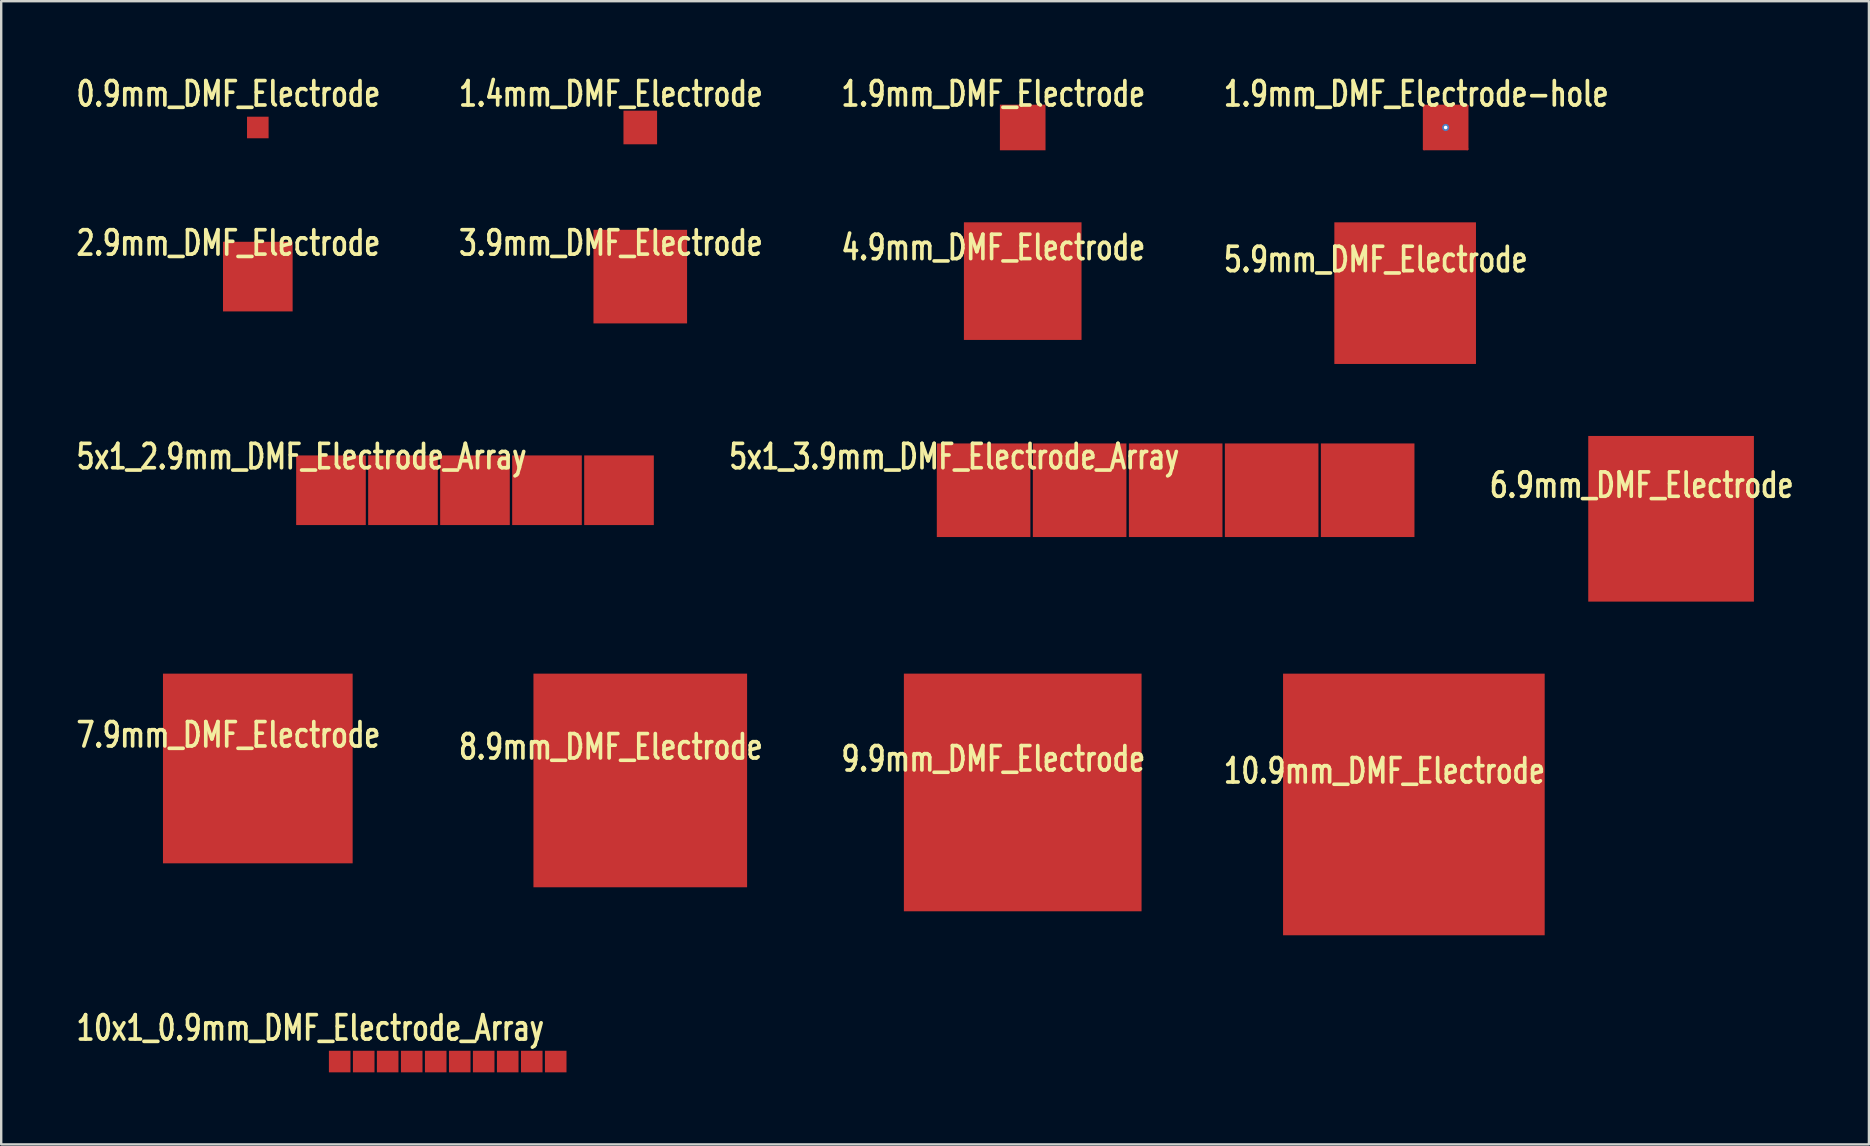
<source format=kicad_pcb>
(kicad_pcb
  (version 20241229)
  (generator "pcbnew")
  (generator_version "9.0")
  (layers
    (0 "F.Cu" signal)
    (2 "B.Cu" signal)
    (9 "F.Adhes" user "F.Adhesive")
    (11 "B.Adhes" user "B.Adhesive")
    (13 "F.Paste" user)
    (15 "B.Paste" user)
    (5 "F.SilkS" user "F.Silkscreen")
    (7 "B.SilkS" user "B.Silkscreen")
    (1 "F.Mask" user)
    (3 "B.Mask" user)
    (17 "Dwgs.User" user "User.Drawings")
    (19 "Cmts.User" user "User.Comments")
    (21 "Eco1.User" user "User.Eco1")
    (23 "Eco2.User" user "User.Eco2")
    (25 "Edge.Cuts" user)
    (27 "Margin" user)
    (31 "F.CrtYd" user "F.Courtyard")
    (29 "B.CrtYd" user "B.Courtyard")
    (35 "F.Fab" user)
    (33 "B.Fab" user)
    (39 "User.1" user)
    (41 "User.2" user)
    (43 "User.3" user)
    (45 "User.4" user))
  (footprint "6.9mm_DMF_Electrode"
    (layer "F.Cu")
    (at 66.565 18.562)
    (property "Reference" "6.9mm_DMF_Electrode" (at -1.224 -1.4 0) (layer "F.SilkS") (effects (font (size 1.016 0.762) (thickness 0.152))))
    (attr smd)
    (pad "1" smd rect (at 0 0) (size 6.901 6.901) (layers "F.Cu" "F.Mask")))
  (footprint "3.9mm_DMF_Electrode"
    (layer "F.Cu")
    (at 23.623 8.473)
    (property "Reference" "3.9mm_DMF_Electrode" (at -1.224 -1.4 0) (layer "F.SilkS") (effects (font (size 1.016 0.762) (thickness 0.152))))
    (attr smd)
    (pad "1" smd rect (at 0 0) (size 3.899 3.899) (layers "F.Cu" "F.Mask")))
  (footprint "5x1_3.9mm_DMF_Electrode_Array"
    (layer "F.Cu")
    (at 37.926 17.373)
    (property "Reference" "5x1_3.9mm_DMF_Electrode_Array" (at -1.224 -1.4 0) (layer "F.SilkS") (effects (font (size 1.016 0.762) (thickness 0.152))))
    (attr smd)
    (pad "1" smd rect (at 0 0) (size 3.899 3.899) (layers "F.Cu" "F.Mask"))
    (pad "2" smd rect (at 4 0) (size 3.899 3.899) (layers "F.Cu" "F.Mask"))
    (pad "3" smd rect (at 8.001 0) (size 3.899 3.899) (layers "F.Cu" "F.Mask"))
    (pad "4" smd rect (at 11.999 0) (size 3.899 3.899) (layers "F.Cu" "F.Mask"))
    (pad "5" smd rect (at 15.999 0) (size 3.899 3.899) (layers "F.Cu" "F.Mask")))
  (footprint "9.9mm_DMF_Electrode"
    (layer "F.Cu")
    (at 39.555 29.963)
    (property "Reference" "9.9mm_DMF_Electrode" (at -1.224 -1.4 0) (layer "F.SilkS") (effects (font (size 1.016 0.762) (thickness 0.152))))
    (attr smd)
    (pad "1" smd rect (at 0 0) (size 9.901 9.901) (layers "F.Cu" "F.Mask")))
  (footprint "1.4mm_DMF_Electrode"
    (layer "F.Cu")
    (at 23.623 2.261)
    (property "Reference" "1.4mm_DMF_Electrode" (at -1.224 -1.4 0) (layer "F.SilkS") (effects (font (size 1.016 0.762) (thickness 0.152))))
    (attr smd)
    (pad "1" smd rect (at 0 0) (size 1.4 1.4) (layers "F.Cu" "F.Mask")))
  (footprint "5.9mm_DMF_Electrode"
    (layer "F.Cu")
    (at 55.487 9.162)
    (property "Reference" "5.9mm_DMF_Electrode" (at -1.224 -1.4 0) (layer "F.SilkS") (effects (font (size 1.016 0.762) (thickness 0.152))))
    (attr smd)
    (pad "1" smd rect (at 0 0) (size 5.9 5.9) (layers "F.Cu" "F.Mask")))
  (footprint "10.9mm_DMF_Electrode"
    (layer "F.Cu")
    (at 55.85 30.463)
    (property "Reference" "10.9mm_DMF_Electrode" (at -1.224 -1.4 0) (layer "F.SilkS") (effects (font (size 1.016 0.762) (thickness 0.152))))
    (attr smd)
    (pad "1" smd rect (at 0 0) (size 10.899 10.899) (layers "F.Cu" "F.Mask")))
  (footprint "7.9mm_DMF_Electrode"
    (layer "F.Cu")
    (at 7.69 28.964)
    (property "Reference" "7.9mm_DMF_Electrode" (at -1.224 -1.4 0) (layer "F.SilkS") (effects (font (size 1.016 0.762) (thickness 0.152))))
    (attr smd)
    (pad "1" smd rect (at 0 0) (size 7.902 7.902) (layers "F.Cu" "F.Mask")))
  (footprint "0.9mm_DMF_Electrode"
    (layer "F.Cu")
    (at 7.69 2.261)
    (property "Reference" "0.9mm_DMF_Electrode" (at -1.224 -1.4 0) (layer "F.SilkS") (effects (font (size 1.016 0.762) (thickness 0.152))))
    (attr smd)
    (pad "1" smd rect (at 0 0) (size 0.899 0.899) (layers "F.Cu" "F.Mask")))
  (footprint "1.9mm_DMF_Electrode-hole"
    (layer "F.Cu")
    (at 57.174 2.261)
    (property "Reference" "1.9mm_DMF_Electrode-hole" (at -1.224 -1.4 0) (layer "F.SilkS") (effects (font (size 1.016 0.762) (thickness 0.152))))
    (attr smd)
    (fp_line (start -0.9 -0.9) (end -0.9 0.9) (stroke (width 0.1) (type solid)) (layer "F.Cu"))
    (fp_line (start -0.9 0.9) (end 0.9 0.9) (stroke (width 0.1) (type solid)) (layer "F.Cu"))
    (fp_line (start -0.8 -0.8) (end 0.8 -0.8) (stroke (width 0.2) (type solid)) (layer "F.Cu"))
    (fp_line (start -0.8 0.8) (end -0.8 -0.8) (stroke (width 0.2) (type solid)) (layer "F.Cu"))
    (fp_line (start -0.575 -0.575) (end 0.575 -0.575) (stroke (width 0.4) (type solid)) (layer "F.Cu"))
    (fp_line (start -0.575 0.575) (end -0.575 -0.575) (stroke (width 0.4) (type solid)) (layer "F.Cu"))
    (fp_line (start -0.325 -0.325) (end 0.325 -0.325) (stroke (width 0.2) (type solid)) (layer "F.Cu"))
    (fp_line (start -0.325 0.325) (end -0.325 -0.325) (stroke (width 0.2) (type solid)) (layer "F.Cu"))
    (fp_line (start -0.2 -0.2) (end 0.2 -0.2) (stroke (width 0.2) (type solid)) (layer "F.Cu"))
    (fp_line (start -0.2 0.2) (end -0.2 -0.2) (stroke (width 0.2) (type solid)) (layer "F.Cu"))
    (fp_line (start 0.2 -0.2) (end 0.2 0.2) (stroke (width 0.2) (type solid)) (layer "F.Cu"))
    (fp_line (start 0.2 0.2) (end -0.2 0.2) (stroke (width 0.2) (type solid)) (layer "F.Cu"))
    (fp_line (start 0.325 -0.325) (end 0.325 0.325) (stroke (width 0.2) (type solid)) (layer "F.Cu"))
    (fp_line (start 0.325 0.325) (end -0.325 0.325) (stroke (width 0.2) (type solid)) (layer "F.Cu"))
    (fp_line (start 0.575 -0.575) (end 0.575 0.575) (stroke (width 0.4) (type solid)) (layer "F.Cu"))
    (fp_line (start 0.575 0.575) (end -0.575 0.575) (stroke (width 0.4) (type solid)) (layer "F.Cu"))
    (fp_line (start 0.8 -0.8) (end 0.8 0.8) (stroke (width 0.2) (type solid)) (layer "F.Cu"))
    (fp_line (start 0.8 0.8) (end -0.8 0.8) (stroke (width 0.2) (type solid)) (layer "F.Cu"))
    (fp_line (start 0.9 -0.9) (end -0.9 -0.9) (stroke (width 0.1) (type solid)) (layer "F.Cu"))
    (fp_line (start 0.9 0.9) (end 0.9 -0.9) (stroke (width 0.1) (type solid)) (layer "F.Cu"))
    (pad "" smd rect (at 0 0) (size 1.9 1.9) (layers "F.Mask"))
    (pad "1" thru_hole circle (at 0 0) (size 0.3 0.3) (drill 0.15) (layers "*.Cu" "*.Mask")))
  (footprint "5x1_2.9mm_DMF_Electrode_Array"
    (layer "F.Cu")
    (at 10.738 17.373)
    (property "Reference" "5x1_2.9mm_DMF_Electrode_Array" (at -1.224 -1.4 0) (layer "F.SilkS") (effects (font (size 1.016 0.762) (thickness 0.152))))
    (attr smd)
    (pad "1" smd rect (at 0 0) (size 2.901 2.901) (layers "F.Cu" "F.Mask"))
    (pad "2" smd rect (at 3 0) (size 2.901 2.901) (layers "F.Cu" "F.Mask"))
    (pad "3" smd rect (at 5.999 0) (size 2.901 2.901) (layers "F.Cu" "F.Mask"))
    (pad "4" smd rect (at 8.999 0) (size 2.901 2.901) (layers "F.Cu" "F.Mask"))
    (pad "5" smd rect (at 11.999 0) (size 2.901 2.901) (layers "F.Cu" "F.Mask")))
  (footprint "10x1_0.9mm_DMF_Electrode_Array"
    (layer "F.Cu")
    (at 11.101 41.173)
    (property "Reference" "10x1_0.9mm_DMF_Electrode_Array" (at -1.224 -1.4 0) (layer "F.SilkS") (effects (font (size 1.016 0.762) (thickness 0.152))))
    (attr smd)
    (pad "1" smd rect (at 0 0) (size 0.899 0.899) (layers "F.Cu" "F.Mask"))
    (pad "2" smd rect (at 1.001 0) (size 0.899 0.899) (layers "F.Cu" "F.Mask"))
    (pad "3" smd rect (at 1.999 0) (size 0.899 0.899) (layers "F.Cu" "F.Mask"))
    (pad "4" smd rect (at 3 0) (size 0.899 0.899) (layers "F.Cu" "F.Mask"))
    (pad "5" smd rect (at 4 0) (size 0.899 0.899) (layers "F.Cu" "F.Mask"))
    (pad "6" smd rect (at 5.001 0) (size 0.899 0.899) (layers "F.Cu" "F.Mask"))
    (pad "7" smd rect (at 5.999 0) (size 0.899 0.899) (layers "F.Cu" "F.Mask"))
    (pad "8" smd rect (at 7 0) (size 0.899 0.899) (layers "F.Cu" "F.Mask"))
    (pad "9" smd rect (at 8.001 0) (size 0.899 0.899) (layers "F.Cu" "F.Mask"))
    (pad "10" smd rect (at 8.999 0) (size 0.899 0.899) (layers "F.Cu" "F.Mask")))
  (footprint "1.9mm_DMF_Electrode"
    (layer "F.Cu")
    (at 39.555 2.261)
    (property "Reference" "1.9mm_DMF_Electrode" (at -1.224 -1.4 0) (layer "F.SilkS") (effects (font (size 1.016 0.762) (thickness 0.152))))
    (attr smd)
    (pad "1" smd rect (at 0 0) (size 1.9 1.9) (layers "F.Cu" "F.Mask")))
  (footprint "2.9mm_DMF_Electrode"
    (layer "F.Cu")
    (at 7.69 8.473)
    (property "Reference" "2.9mm_DMF_Electrode" (at -1.224 -1.4 0) (layer "F.SilkS") (effects (font (size 1.016 0.762) (thickness 0.152))))
    (attr smd)
    (pad "1" smd rect (at 0 0) (size 2.901 2.901) (layers "F.Cu" "F.Mask")))
  (footprint "4.9mm_DMF_Electrode"
    (layer "F.Cu")
    (at 39.555 8.661)
    (property "Reference" "4.9mm_DMF_Electrode" (at -1.224 -1.4 0) (layer "F.SilkS") (effects (font (size 1.016 0.762) (thickness 0.152))))
    (attr smd)
    (pad "1" smd rect (at 0 0) (size 4.9 4.9) (layers "F.Cu" "F.Mask")))
  (footprint "8.9mm_DMF_Electrode"
    (layer "F.Cu")
    (at 23.623 29.463)
    (property "Reference" "8.9mm_DMF_Electrode" (at -1.224 -1.4 0) (layer "F.SilkS") (effects (font (size 1.016 0.762) (thickness 0.152))))
    (attr smd)
    (pad "1" smd rect (at 0 0) (size 8.9 8.9) (layers "F.Cu" "F.Mask")))
  (gr_rect
    (start -3 -3)
    (end 74.807 44.623)
    (stroke (width 0.1) (type default))
    (fill no)
    (layer "Edge.Cuts")))
</source>
